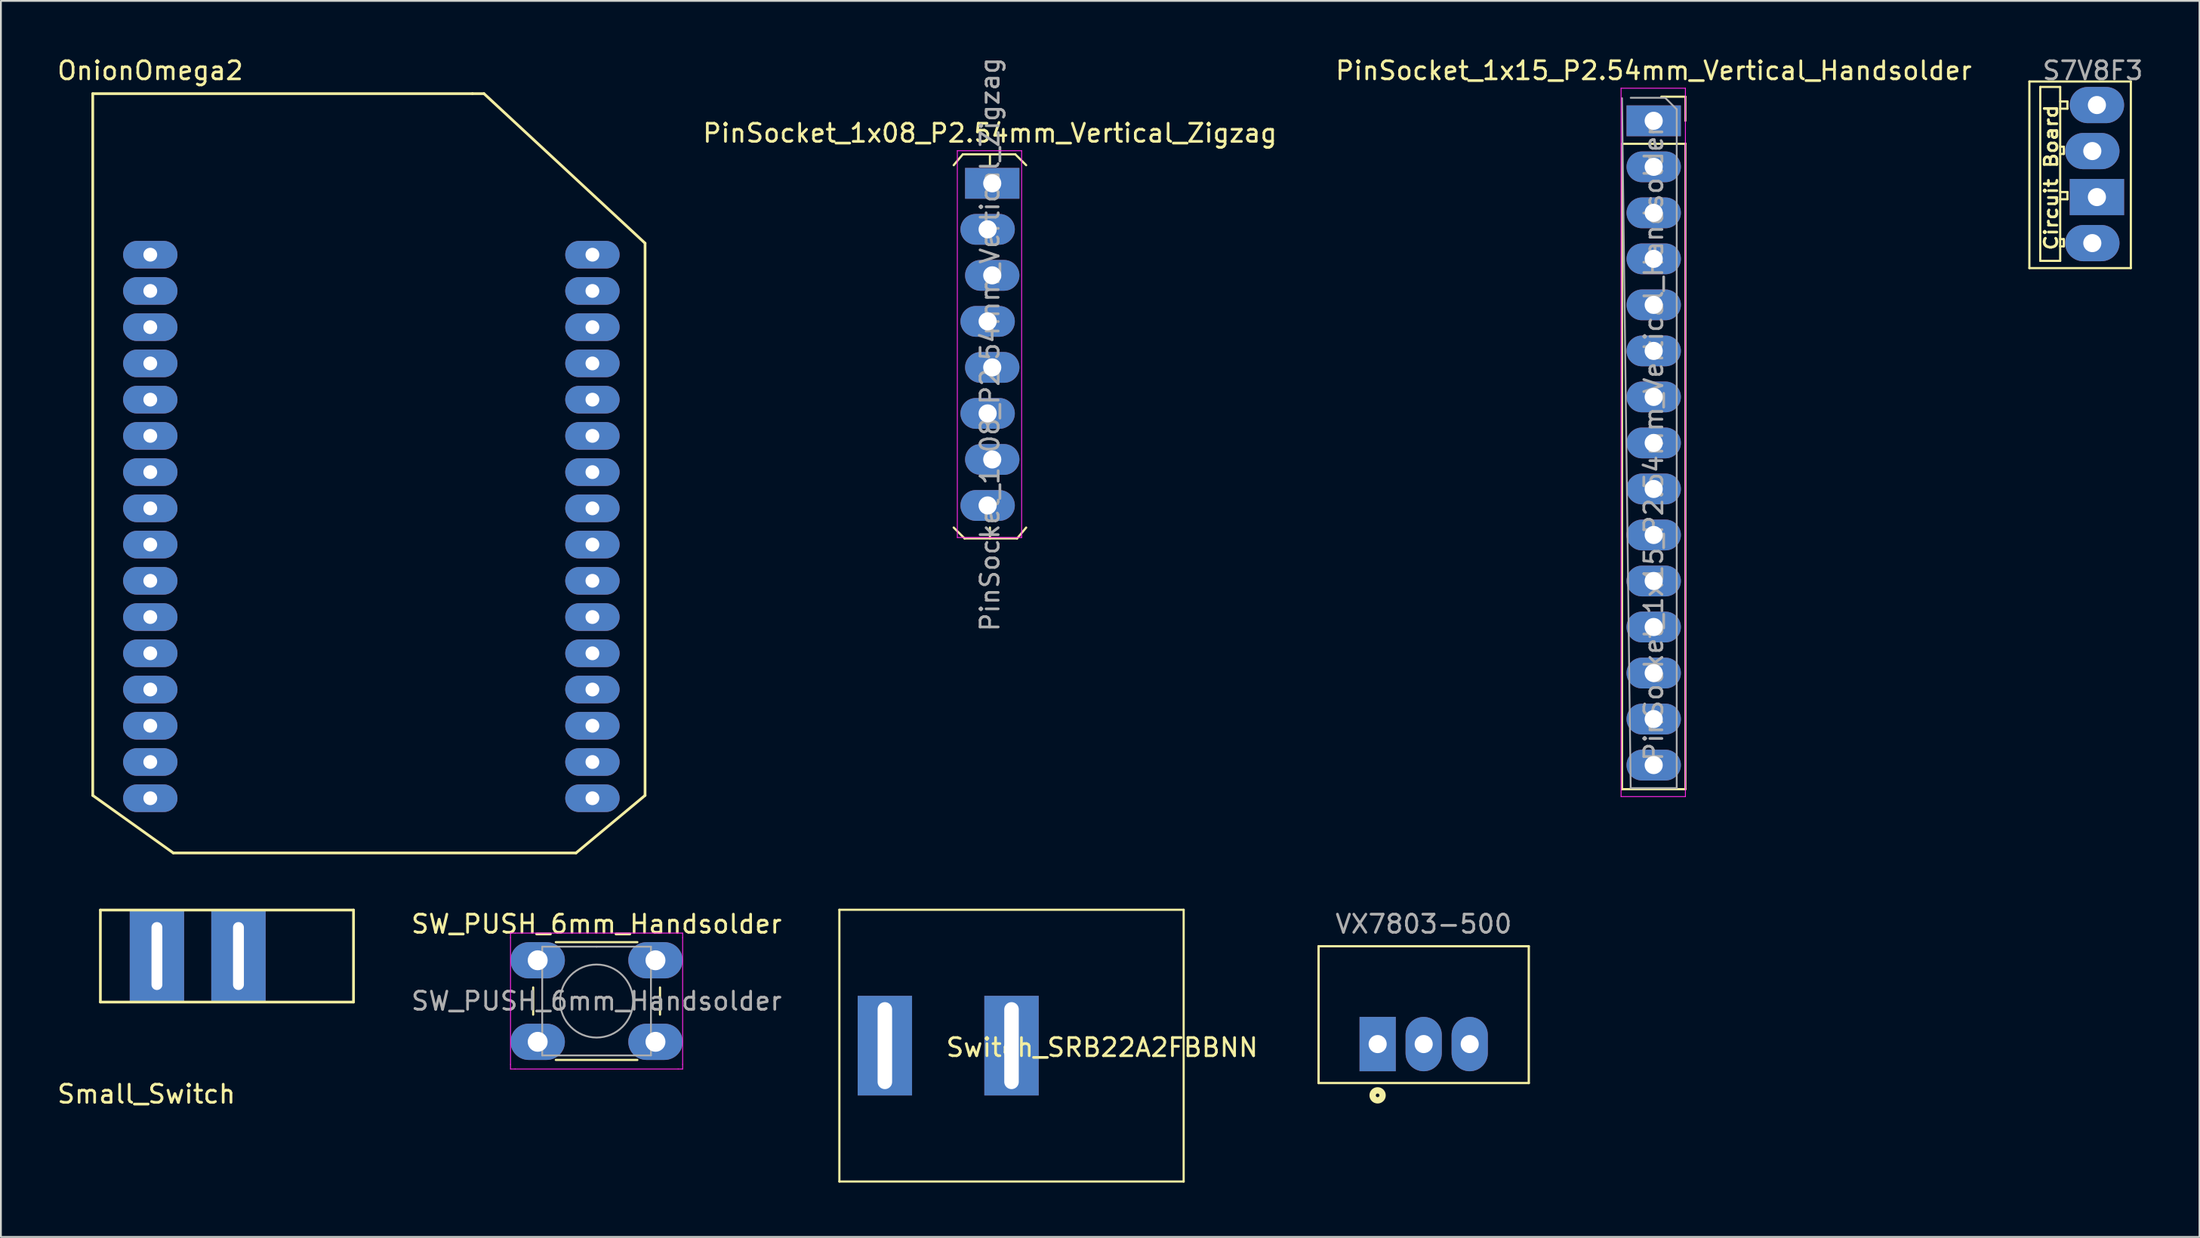
<source format=kicad_pcb>
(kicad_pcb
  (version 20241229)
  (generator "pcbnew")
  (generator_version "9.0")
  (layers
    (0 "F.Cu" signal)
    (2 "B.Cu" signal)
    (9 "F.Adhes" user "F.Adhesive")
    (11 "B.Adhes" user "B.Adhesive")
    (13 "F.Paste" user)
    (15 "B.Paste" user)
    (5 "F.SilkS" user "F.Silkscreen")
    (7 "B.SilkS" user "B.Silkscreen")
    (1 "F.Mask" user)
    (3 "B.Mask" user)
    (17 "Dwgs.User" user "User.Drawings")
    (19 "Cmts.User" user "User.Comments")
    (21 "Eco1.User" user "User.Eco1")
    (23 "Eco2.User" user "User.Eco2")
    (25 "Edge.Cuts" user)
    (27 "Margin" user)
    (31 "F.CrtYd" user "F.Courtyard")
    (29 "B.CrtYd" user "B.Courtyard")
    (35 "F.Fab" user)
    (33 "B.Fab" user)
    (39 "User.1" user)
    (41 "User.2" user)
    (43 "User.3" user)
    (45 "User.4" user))
  (footprint "S7V8F3"
    (layer "F.Cu")
    (at 112.546 2.748)
    (property "Reference" "S7V8F3" (at -0.1 -1.9 0) (layer "F.Fab") (effects (font (size 1 1) (thickness 0.15))))
    (attr through_hole)
    (fp_line (start -3.6 -1.3) (end 2 -1.3) (stroke (width 0.12) (type solid)) (layer "F.SilkS"))
    (fp_line (start -3.6 9) (end -3.6 -1.3) (stroke (width 0.12) (type solid)) (layer "F.SilkS"))
    (fp_line (start -3 -1) (end -1.9 -1) (stroke (width 0.12) (type solid)) (layer "F.SilkS"))
    (fp_line (start -3 8.6) (end -3 -1) (stroke (width 0.12) (type solid)) (layer "F.SilkS"))
    (fp_line (start -1.9 -1) (end -1.9 8.6) (stroke (width 0.12) (type solid)) (layer "F.SilkS"))
    (fp_line (start -1.9 -0.2) (end -1.5 -0.2) (stroke (width 0.12) (type solid)) (layer "F.SilkS"))
    (fp_line (start -1.9 2.3) (end -1.7 2.3) (stroke (width 0.12) (type solid)) (layer "F.SilkS"))
    (fp_line (start -1.9 4.8) (end -1.5 4.8) (stroke (width 0.12) (type solid)) (layer "F.SilkS"))
    (fp_line (start -1.9 7.4) (end -1.7 7.4) (stroke (width 0.12) (type solid)) (layer "F.SilkS"))
    (fp_line (start -1.9 8.6) (end -3 8.6) (stroke (width 0.12) (type solid)) (layer "F.SilkS"))
    (fp_line (start -1.7 2.3) (end -1.7 2.7) (stroke (width 0.12) (type solid)) (layer "F.SilkS"))
    (fp_line (start -1.7 2.7) (end -1.9 2.7) (stroke (width 0.12) (type solid)) (layer "F.SilkS"))
    (fp_line (start -1.7 7.4) (end -1.7 7.8) (stroke (width 0.12) (type solid)) (layer "F.SilkS"))
    (fp_line (start -1.7 7.8) (end -1.9 7.8) (stroke (width 0.12) (type solid)) (layer "F.SilkS"))
    (fp_line (start -1.5 -0.2) (end -1.5 0.2) (stroke (width 0.12) (type solid)) (layer "F.SilkS"))
    (fp_line (start -1.5 0.2) (end -1.9 0.2) (stroke (width 0.12) (type solid)) (layer "F.SilkS"))
    (fp_line (start -1.5 4.8) (end -1.5 5.2) (stroke (width 0.12) (type solid)) (layer "F.SilkS"))
    (fp_line (start -1.5 5.2) (end -1.9 5.2) (stroke (width 0.12) (type solid)) (layer "F.SilkS"))
    (fp_line (start 2 -1.3) (end 2 9) (stroke (width 0.12) (type solid)) (layer "F.SilkS"))
    (fp_line (start 2 9) (end -3.6 9) (stroke (width 0.12) (type solid)) (layer "F.SilkS"))
    (fp_text user "Circuit Board" (at -2.4 4 90) (layer "F.SilkS") (effects (font (size 0.7 0.8) (thickness 0.15))))
    (pad "1" thru_hole oval (at 0.127 0) (size 3 2) (drill 1) (layers "*.Cu" "*.Mask"))
    (pad "2" thru_hole oval (at -0.127 2.54) (size 3 2) (drill 1) (layers "*.Cu" "*.Mask"))
    (pad "3" thru_hole rect (at 0.127 5.08) (size 3 2) (drill 1) (layers "*.Cu" "*.Mask"))
    (pad "4" thru_hole oval (at -0.127 7.62) (size 3 2) (drill 1) (layers "*.Cu" "*.Mask")))
  (footprint "PinSocket_1x15_P2.54mm_Vertical_Handsolder"
    (layer "F.Cu")
    (at 88.213 3.618)
    (property "Reference" "PinSocket_1x15_P2.54mm_Vertical_Handsolder" (at 0 -2.77 0) (layer "F.SilkS") (effects (font (size 1 1) (thickness 0.15))))
    (attr through_hole)
    (fp_line (start -1.75 1.27) (end -1.75 36.89) (stroke (width 0.12) (type solid)) (layer "F.SilkS"))
    (fp_line (start -1.75 1.27) (end 1.75 1.27) (stroke (width 0.12) (type solid)) (layer "F.SilkS"))
    (fp_line (start -1.75 36.89) (end 1.75 36.89) (stroke (width 0.12) (type solid)) (layer "F.SilkS"))
    (fp_line (start 0.42 -1.33) (end 1.75 -1.33) (stroke (width 0.12) (type solid)) (layer "F.SilkS"))
    (fp_line (start 1.75 -1.33) (end 1.75 0) (stroke (width 0.12) (type solid)) (layer "F.SilkS"))
    (fp_line (start 1.75 1.25) (end 1.75 36.89) (stroke (width 0.12) (type solid)) (layer "F.SilkS"))
    (fp_line (start -1.8 -1.8) (end 1.75 -1.8) (stroke (width 0.05) (type solid)) (layer "F.CrtYd"))
    (fp_line (start -1.8 37.3) (end -1.8 -1.8) (stroke (width 0.05) (type solid)) (layer "F.CrtYd"))
    (fp_line (start 1.75 -1.8) (end 1.75 37.3) (stroke (width 0.05) (type solid)) (layer "F.CrtYd"))
    (fp_line (start 1.75 37.3) (end -1.8 37.3) (stroke (width 0.05) (type solid)) (layer "F.CrtYd"))
    (fp_line (start -1.27 -1.27) (end 0.635 -1.27) (stroke (width 0.1) (type solid)) (layer "F.Fab"))
    (fp_line (start -1.27 36.83) (end -1.75 -1.25) (stroke (width 0.1) (type solid)) (layer "F.Fab"))
    (fp_line (start 0.635 -1.27) (end 1.27 -0.635) (stroke (width 0.1) (type solid)) (layer "F.Fab"))
    (fp_line (start 1.27 -0.635) (end 1.27 36.83) (stroke (width 0.1) (type solid)) (layer "F.Fab"))
    (fp_line (start 1.27 36.83) (end -1.27 36.83) (stroke (width 0.1) (type solid)) (layer "F.Fab"))
    (fp_text user "${REFERENCE}" (at 0 17.78 90) (layer "F.Fab") (effects (font (size 1 1) (thickness 0.15))))
    (pad "1" thru_hole rect (at 0 0) (size 3 1.7) (drill 1) (layers "*.Cu" "*.Mask"))
    (pad "2" thru_hole oval (at 0 2.54) (size 3 1.7) (drill 1) (layers "*.Cu" "*.Mask"))
    (pad "3" thru_hole oval (at 0 5.08) (size 3 1.7) (drill 1) (layers "*.Cu" "*.Mask"))
    (pad "4" thru_hole oval (at 0 7.62) (size 3 1.7) (drill 1) (layers "*.Cu" "*.Mask"))
    (pad "5" thru_hole oval (at 0 10.16) (size 3 1.7) (drill 1) (layers "*.Cu" "*.Mask"))
    (pad "6" thru_hole oval (at 0 12.7) (size 3 1.7) (drill 1) (layers "*.Cu" "*.Mask"))
    (pad "7" thru_hole oval (at 0 15.24) (size 3 1.7) (drill 1) (layers "*.Cu" "*.Mask"))
    (pad "8" thru_hole oval (at 0 17.78) (size 3 1.7) (drill 1) (layers "*.Cu" "*.Mask"))
    (pad "9" thru_hole oval (at 0 20.32) (size 3 1.7) (drill 1) (layers "*.Cu" "*.Mask"))
    (pad "10" thru_hole oval (at 0 22.86) (size 3 1.7) (drill 1) (layers "*.Cu" "*.Mask"))
    (pad "11" thru_hole oval (at 0 25.4) (size 3 1.7) (drill 1) (layers "*.Cu" "*.Mask"))
    (pad "12" thru_hole oval (at 0 27.94) (size 3 1.7) (drill 1) (layers "*.Cu" "*.Mask"))
    (pad "13" thru_hole oval (at 0 30.48) (size 3 1.7) (drill 1) (layers "*.Cu" "*.Mask"))
    (pad "14" thru_hole oval (at 0 33.02) (size 3 1.7) (drill 1) (layers "*.Cu" "*.Mask"))
    (pad "15" thru_hole oval (at 0 35.56) (size 3 1.7) (drill 1) (layers "*.Cu" "*.Mask")))
  (footprint "OnionOmega2"
    (layer "F.Cu")
    (at 5.244 10.373)
    (property "Reference" "OnionOmega2" (at 0 -9.525 0) (layer "F.SilkS") (effects (font (size 1 1) (thickness 0.15))))
    (attr through_hole)
    (fp_line (start -3.175 -8.255) (end 17.78 -8.255) (stroke (width 0.15) (type solid)) (layer "F.SilkS"))
    (fp_line (start -3.175 30.48) (end -3.175 -8.255) (stroke (width 0.15) (type solid)) (layer "F.SilkS"))
    (fp_line (start -3.175 30.48) (end 1.27 33.655) (stroke (width 0.15) (type solid)) (layer "F.SilkS"))
    (fp_line (start 17.78 -8.255) (end 18.415 -8.255) (stroke (width 0.15) (type solid)) (layer "F.SilkS"))
    (fp_line (start 18.415 -8.255) (end 27.305 0) (stroke (width 0.15) (type solid)) (layer "F.SilkS"))
    (fp_line (start 23.495 33.655) (end 1.27 33.655) (stroke (width 0.15) (type solid)) (layer "F.SilkS"))
    (fp_line (start 23.495 33.655) (end 27.305 30.48) (stroke (width 0.15) (type solid)) (layer "F.SilkS"))
    (fp_line (start 27.305 30.48) (end 27.305 0) (stroke (width 0.15) (type solid)) (layer "F.SilkS"))
    (pad "1" thru_hole oval (at 0 0.635) (size 3 1.524) (drill 0.762) (layers "*.Cu" "*.Mask"))
    (pad "2" thru_hole oval (at 0 2.635) (size 3 1.524) (drill 0.762) (layers "*.Cu" "*.Mask"))
    (pad "3" thru_hole oval (at 0 4.635) (size 3 1.524) (drill 0.762) (layers "*.Cu" "*.Mask"))
    (pad "4" thru_hole oval (at 0 6.635) (size 3 1.524) (drill 0.762) (layers "*.Cu" "*.Mask"))
    (pad "5" thru_hole oval (at 0 8.635) (size 3 1.524) (drill 0.762) (layers "*.Cu" "*.Mask"))
    (pad "6" thru_hole oval (at 0 10.635) (size 3 1.524) (drill 0.762) (layers "*.Cu" "*.Mask"))
    (pad "7" thru_hole oval (at 0 12.635) (size 3 1.524) (drill 0.762) (layers "*.Cu" "*.Mask"))
    (pad "8" thru_hole oval (at 0 14.635) (size 3 1.524) (drill 0.762) (layers "*.Cu" "*.Mask"))
    (pad "9" thru_hole oval (at 0 16.635) (size 3 1.524) (drill 0.762) (layers "*.Cu" "*.Mask"))
    (pad "10" thru_hole oval (at 0 18.635) (size 3 1.524) (drill 0.762) (layers "*.Cu" "*.Mask"))
    (pad "11" thru_hole oval (at 0 20.635) (size 3 1.524) (drill 0.762) (layers "*.Cu" "*.Mask"))
    (pad "12" thru_hole oval (at 0 22.635) (size 3 1.524) (drill 0.762) (layers "*.Cu" "*.Mask"))
    (pad "13" thru_hole oval (at 0 24.635) (size 3 1.524) (drill 0.762) (layers "*.Cu" "*.Mask"))
    (pad "14" thru_hole oval (at 0 26.635) (size 3 1.524) (drill 0.762) (layers "*.Cu" "*.Mask"))
    (pad "15" thru_hole oval (at 0 28.635) (size 3 1.524) (drill 0.762) (layers "*.Cu" "*.Mask"))
    (pad "16" thru_hole oval (at 0 30.635) (size 3 1.524) (drill 0.762) (layers "*.Cu" "*.Mask"))
    (pad "17" thru_hole oval (at 24.4 30.635) (size 3 1.524) (drill 0.762) (layers "*.Cu" "*.Mask"))
    (pad "18" thru_hole oval (at 24.4 28.635) (size 3 1.524) (drill 0.762) (layers "*.Cu" "*.Mask"))
    (pad "19" thru_hole oval (at 24.4 26.635) (size 3 1.524) (drill 0.762) (layers "*.Cu" "*.Mask"))
    (pad "20" thru_hole oval (at 24.4 24.635) (size 3 1.524) (drill 0.762) (layers "*.Cu" "*.Mask"))
    (pad "21" thru_hole oval (at 24.4 22.635) (size 3 1.524) (drill 0.762) (layers "*.Cu" "*.Mask"))
    (pad "22" thru_hole oval (at 24.4 20.635) (size 3 1.524) (drill 0.762) (layers "*.Cu" "*.Mask"))
    (pad "23" thru_hole oval (at 24.4 18.635) (size 3 1.524) (drill 0.762) (layers "*.Cu" "*.Mask"))
    (pad "24" thru_hole oval (at 24.4 16.635) (size 3 1.524) (drill 0.762) (layers "*.Cu" "*.Mask"))
    (pad "25" thru_hole oval (at 24.4 14.635) (size 3 1.524) (drill 0.762) (layers "*.Cu" "*.Mask"))
    (pad "26" thru_hole oval (at 24.4 12.635) (size 3 1.524) (drill 0.762) (layers "*.Cu" "*.Mask"))
    (pad "27" thru_hole oval (at 24.4 10.635) (size 3 1.524) (drill 0.762) (layers "*.Cu" "*.Mask"))
    (pad "28" thru_hole oval (at 24.4 8.635) (size 3 1.524) (drill 0.762) (layers "*.Cu" "*.Mask"))
    (pad "29" thru_hole oval (at 24.4 6.635) (size 3 1.524) (drill 0.762) (layers "*.Cu" "*.Mask"))
    (pad "30" thru_hole oval (at 24.4 4.635) (size 3 1.524) (drill 0.762) (layers "*.Cu" "*.Mask"))
    (pad "31" thru_hole oval (at 24.4 2.635) (size 3 1.524) (drill 0.762) (layers "*.Cu" "*.Mask"))
    (pad "32" thru_hole oval (at 24.4 0.635) (size 3 1.524) (drill 0.762) (layers "*.Cu" "*.Mask")))
  (footprint "Small_Switch"
    (layer "F.Cu")
    (at 10.11 49.718)
    (property "Reference" "Small_Switch" (at -5.08 7.62 0) (layer "F.SilkS") (effects (font (size 1 1) (thickness 0.15))))
    (attr through_hole)
    (fp_line (start -7.62 -2.54) (end 6.35 -2.54) (stroke (width 0.15) (type solid)) (layer "F.SilkS"))
    (fp_line (start -7.62 2.54) (end -7.62 -2.54) (stroke (width 0.15) (type solid)) (layer "F.SilkS"))
    (fp_line (start 6.35 -2.54) (end 6.35 2.54) (stroke (width 0.15) (type solid)) (layer "F.SilkS"))
    (fp_line (start 6.35 2.54) (end -7.62 2.54) (stroke (width 0.15) (type solid)) (layer "F.SilkS"))
    (pad "1" thru_hole rect (at -4.5 0) (size 3 5) (drill oval 0.6 3.75) (layers "*.Cu" "*.Mask"))
    (pad "2" thru_hole rect (at 0 0) (size 3 5) (drill oval 0.6 3.75) (layers "*.Cu" "*.Mask")))
  (footprint "SW_PUSH_6mm_Handsolder"
    (layer "F.Cu")
    (at 26.624 49.952)
    (property "Reference" "SW_PUSH_6mm_Handsolder" (at 3.25 -2 0) (layer "F.SilkS") (effects (font (size 1 1) (thickness 0.15))))
    (attr through_hole)
    (fp_line (start -0.25 1.5) (end -0.25 3) (stroke (width 0.12) (type solid)) (layer "F.SilkS"))
    (fp_line (start 1 5.5) (end 5.5 5.5) (stroke (width 0.12) (type solid)) (layer "F.SilkS"))
    (fp_line (start 5.5 -1) (end 1 -1) (stroke (width 0.12) (type solid)) (layer "F.SilkS"))
    (fp_line (start 6.75 3) (end 6.75 1.5) (stroke (width 0.12) (type solid)) (layer "F.SilkS"))
    (fp_line (start -1.5 -1.5) (end -1.25 -1.5) (stroke (width 0.05) (type solid)) (layer "F.CrtYd"))
    (fp_line (start -1.5 -1.25) (end -1.5 -1.5) (stroke (width 0.05) (type solid)) (layer "F.CrtYd"))
    (fp_line (start -1.5 5.75) (end -1.5 -1.25) (stroke (width 0.05) (type solid)) (layer "F.CrtYd"))
    (fp_line (start -1.5 5.75) (end -1.5 6) (stroke (width 0.05) (type solid)) (layer "F.CrtYd"))
    (fp_line (start -1.5 6) (end -1.25 6) (stroke (width 0.05) (type solid)) (layer "F.CrtYd"))
    (fp_line (start -1.25 -1.5) (end 7.75 -1.5) (stroke (width 0.05) (type solid)) (layer "F.CrtYd"))
    (fp_line (start 7.75 -1.5) (end 8 -1.5) (stroke (width 0.05) (type solid)) (layer "F.CrtYd"))
    (fp_line (start 7.75 6) (end -1.25 6) (stroke (width 0.05) (type solid)) (layer "F.CrtYd"))
    (fp_line (start 7.75 6) (end 8 6) (stroke (width 0.05) (type solid)) (layer "F.CrtYd"))
    (fp_line (start 8 -1.5) (end 8 -1.25) (stroke (width 0.05) (type solid)) (layer "F.CrtYd"))
    (fp_line (start 8 -1.25) (end 8 5.75) (stroke (width 0.05) (type solid)) (layer "F.CrtYd"))
    (fp_line (start 8 6) (end 8 5.75) (stroke (width 0.05) (type solid)) (layer "F.CrtYd"))
    (fp_line (start 0.25 -0.75) (end 3.25 -0.75) (stroke (width 0.1) (type solid)) (layer "F.Fab"))
    (fp_line (start 0.25 5.25) (end 0.25 -0.75) (stroke (width 0.1) (type solid)) (layer "F.Fab"))
    (fp_line (start 3.25 -0.75) (end 6.25 -0.75) (stroke (width 0.1) (type solid)) (layer "F.Fab"))
    (fp_line (start 6.25 -0.75) (end 6.25 5.25) (stroke (width 0.1) (type solid)) (layer "F.Fab"))
    (fp_line (start 6.25 5.25) (end 0.25 5.25) (stroke (width 0.1) (type solid)) (layer "F.Fab"))
    (fp_circle (center 3.25 2.25) (end 1.25 2.5) (stroke (width 0.1) (type solid)) (fill no) (layer "F.Fab"))
    (fp_text user "${REFERENCE}" (at 3.25 2.25 0) (layer "F.Fab") (effects (font (size 1 1) (thickness 0.15))))
    (pad "1" thru_hole oval (at 0 0 90) (size 2 3) (drill 1.1) (layers "*.Cu" "*.Mask"))
    (pad "1" thru_hole oval (at 6.5 0 90) (size 2 3) (drill 1.1) (layers "*.Cu" "*.Mask"))
    (pad "2" thru_hole oval (at 0 4.5 90) (size 2 3) (drill 1.1) (layers "*.Cu" "*.Mask"))
    (pad "2" thru_hole oval (at 6.5 4.5 90) (size 2 3) (drill 1.1) (layers "*.Cu" "*.Mask")))
  (footprint "VX7803-500"
    (layer "F.Cu")
    (at 75.519 52.952)
    (property "Reference" "VX7803-500" (at 0 -5 0) (layer "F.Fab") (effects (font (size 1 1) (thickness 0.15))))
    (attr through_hole)
    (fp_line (start -5.8 -3.775) (end 5.8 -3.775) (stroke (width 0.127) (type solid)) (layer "F.SilkS"))
    (fp_line (start -5.8 3.775) (end -5.8 -3.775) (stroke (width 0.127) (type solid)) (layer "F.SilkS"))
    (fp_line (start 5.8 -3.775) (end 5.8 3.775) (stroke (width 0.127) (type solid)) (layer "F.SilkS"))
    (fp_line (start 5.8 3.775) (end -5.8 3.775) (stroke (width 0.127) (type solid)) (layer "F.SilkS"))
    (fp_circle (center -2.543 4.455) (end -2.443 4.455) (stroke (width 0.35) (type solid)) (fill no) (layer "F.SilkS"))
    (fp_line (start -6 -4.025) (end 6 -4.025) (stroke (width 0.05) (type solid)) (layer "Eco1.User"))
    (fp_line (start -6 4.025) (end -6 -4.025) (stroke (width 0.05) (type solid)) (layer "Eco1.User"))
    (fp_line (start 6 -4.025) (end 6 4.025) (stroke (width 0.05) (type solid)) (layer "Eco1.User"))
    (fp_line (start 6 4.025) (end -6 4.025) (stroke (width 0.05) (type solid)) (layer "Eco1.User"))
    (fp_line (start -5.8 -3.775) (end 5.8 -3.775) (stroke (width 0.127) (type solid)) (layer "Eco2.User"))
    (fp_line (start -5.8 3.775) (end -5.8 -3.775) (stroke (width 0.127) (type solid)) (layer "Eco2.User"))
    (fp_line (start 5.8 -3.775) (end 5.8 3.775) (stroke (width 0.127) (type solid)) (layer "Eco2.User"))
    (fp_line (start 5.8 3.775) (end -5.8 3.775) (stroke (width 0.127) (type solid)) (layer "Eco2.User"))
    (fp_circle (center -2.543 1.645) (end -2.443 1.645) (stroke (width 0.35) (type solid)) (fill no) (layer "Eco2.User"))
    (pad "1" thru_hole rect (at -2.54 1.625) (size 2 3) (drill 1) (layers "*.Cu" "*.Mask"))
    (pad "2" thru_hole oval (at 0 1.625) (size 2 3) (drill 1) (layers "*.Cu" "*.Mask"))
    (pad "3" thru_hole oval (at 2.54 1.625) (size 2 3) (drill 1) (layers "*.Cu" "*.Mask")))
  (footprint "Switch_SRB22A2FBBNN"
    (layer "F.Cu")
    (at 52.773 54.663)
    (property "Reference" "Switch_SRB22A2FBBNN" (at 5 0.1 0) (layer "F.SilkS") (effects (font (size 1 1) (thickness 0.15))))
    (attr through_hole)
    (fp_line (start -9.5 -7.5) (end 9.5 -7.5) (stroke (width 0.12) (type solid)) (layer "F.SilkS"))
    (fp_line (start -9.5 7.5) (end -9.5 -7.5) (stroke (width 0.12) (type solid)) (layer "F.SilkS"))
    (fp_line (start 9.5 -7.5) (end 9.5 7.5) (stroke (width 0.12) (type solid)) (layer "F.SilkS"))
    (fp_line (start 9.5 7.5) (end -9.5 7.5) (stroke (width 0.12) (type solid)) (layer "F.SilkS"))
    (pad "1" thru_hole rect (at 0 0) (size 3 5.5) (drill oval 0.8 4.8) (layers "*.Cu" "*.Mask"))
    (pad "2" thru_hole rect (at -6.99 0) (size 3 5.5) (drill oval 0.8 4.8) (layers "*.Cu" "*.Mask")))
  (footprint "PinSocket_1x08_P2.54mm_Vertical_Zigzag"
    (layer "F.Cu")
    (at 51.582 7.068)
    (property "Reference" "PinSocket_1x08_P2.54mm_Vertical_Zigzag" (at 0 -2.77 0) (layer "F.SilkS") (effects (font (size 1 1) (thickness 0.15))))
    (attr through_hole)
    (fp_line (start -2 19) (end -1.4 19.6) (stroke (width 0.12) (type solid)) (layer "F.SilkS"))
    (fp_line (start -1.5 -1.6) (end -2 -1) (stroke (width 0.12) (type solid)) (layer "F.SilkS"))
    (fp_line (start -1.4 19.6) (end 1.5 19.6) (stroke (width 0.12) (type solid)) (layer "F.SilkS"))
    (fp_line (start 0 -1) (end 0 -1.6) (stroke (width 0.12) (type solid)) (layer "F.SilkS"))
    (fp_line (start 0 19) (end 0 19.6) (stroke (width 0.12) (type solid)) (layer "F.SilkS"))
    (fp_line (start 1.4 -1.6) (end -1.5 -1.6) (stroke (width 0.12) (type solid)) (layer "F.SilkS"))
    (fp_line (start 1.5 19.6) (end 2 19) (stroke (width 0.12) (type solid)) (layer "F.SilkS"))
    (fp_line (start 2 -1) (end 1.4 -1.6) (stroke (width 0.12) (type solid)) (layer "F.SilkS"))
    (fp_line (start -1.8 -1.8) (end 1.75 -1.8) (stroke (width 0.05) (type solid)) (layer "F.CrtYd"))
    (fp_line (start -1.8 19.55) (end -1.8 -1.8) (stroke (width 0.05) (type solid)) (layer "F.CrtYd"))
    (fp_line (start 1.75 -1.8) (end 1.75 19.55) (stroke (width 0.05) (type solid)) (layer "F.CrtYd"))
    (fp_line (start 1.75 19.55) (end -1.8 19.55) (stroke (width 0.05) (type solid)) (layer "F.CrtYd"))
    (fp_text user "${REFERENCE}" (at 0 8.89 90) (layer "F.Fab") (effects (font (size 1 1) (thickness 0.15))))
    (pad "1" thru_hole rect (at 0.127 0) (size 3 1.7) (drill 1) (layers "*.Cu" "*.Mask"))
    (pad "2" thru_hole oval (at -0.127 2.54) (size 3 1.7) (drill 1) (layers "*.Cu" "*.Mask"))
    (pad "3" thru_hole oval (at 0.127 5.08) (size 3 1.7) (drill 1) (layers "*.Cu" "*.Mask"))
    (pad "4" thru_hole oval (at -0.127 7.62) (size 3 1.7) (drill 1) (layers "*.Cu" "*.Mask"))
    (pad "5" thru_hole oval (at 0.127 10.16) (size 3 1.7) (drill 1) (layers "*.Cu" "*.Mask"))
    (pad "6" thru_hole oval (at -0.127 12.7) (size 3 1.7) (drill 1) (layers "*.Cu" "*.Mask"))
    (pad "7" thru_hole oval (at 0.127 15.24) (size 3 1.7) (drill 1) (layers "*.Cu" "*.Mask"))
    (pad "8" thru_hole oval (at -0.127 17.78) (size 3 1.7) (drill 1) (layers "*.Cu" "*.Mask")))
  (gr_rect
    (start -3 -3)
    (end 118.333 65.223)
    (stroke (width 0.1) (type default))
    (fill no)
    (layer "Edge.Cuts")))
</source>
